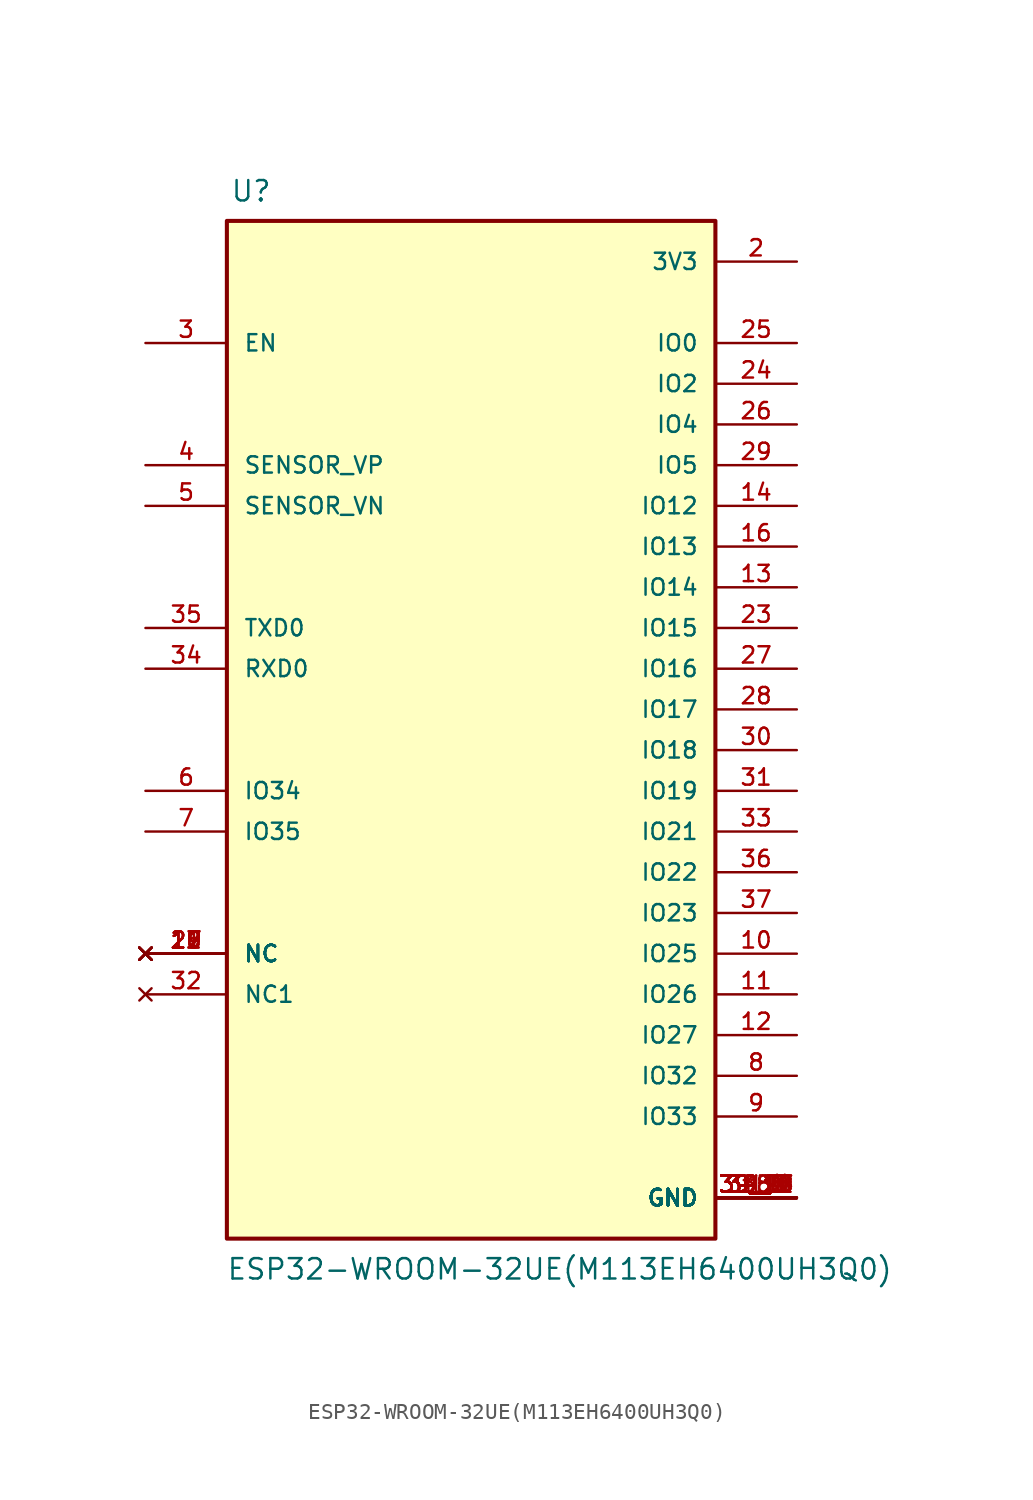
<source format=kicad_sym>
(kicad_symbol_lib
  (version 20220914)
  (generator kicad_symbol_editor)
  (symbol "ESP32-WROOM-32UE(M113EH6400UH3Q0)"
    (pin_names
      (offset 1.016))
    (property "Reference" "U"
      (at -15.036 34.135 0)
      (effects (font (size 1.27 1.27)) (justify left bottom)))
    (property "Value" "ESP32-WROOM-32UE(M113EH6400UH3Q0)"
      (at -15.287 -33.128 0)
      (effects (font (size 1.27 1.27)) (justify left bottom)))
    (symbol "ESP32-WROOM-32UE(M113EH6400UH3Q0)_0_0"
      (rectangle (start -15.24 -30.48) (end 15.24 33.02) (stroke (width 0.254) (type default)) (fill (type background)))
      (pin power_in line (at 20.32 -27.94 180) (length 5.08) (name "GND" (effects (font (size 1.016 1.016)))) (number "1" (effects (font (size 1.016 1.016)))))
      (pin bidirectional line (at 20.32 -12.7 180) (length 5.08) (name "IO25" (effects (font (size 1.016 1.016)))) (number "10" (effects (font (size 1.016 1.016)))))
      (pin bidirectional line (at 20.32 -15.24 180) (length 5.08) (name "IO26" (effects (font (size 1.016 1.016)))) (number "11" (effects (font (size 1.016 1.016)))))
      (pin bidirectional line (at 20.32 -17.78 180) (length 5.08) (name "IO27" (effects (font (size 1.016 1.016)))) (number "12" (effects (font (size 1.016 1.016)))))
      (pin bidirectional line (at 20.32 10.16 180) (length 5.08) (name "IO14" (effects (font (size 1.016 1.016)))) (number "13" (effects (font (size 1.016 1.016)))))
      (pin bidirectional line (at 20.32 15.24 180) (length 5.08) (name "IO12" (effects (font (size 1.016 1.016)))) (number "14" (effects (font (size 1.016 1.016)))))
      (pin power_in line (at 20.32 -27.94 180) (length 5.08) (name "GND" (effects (font (size 1.016 1.016)))) (number "15" (effects (font (size 1.016 1.016)))))
      (pin bidirectional line (at 20.32 12.7 180) (length 5.08) (name "IO13" (effects (font (size 1.016 1.016)))) (number "16" (effects (font (size 1.016 1.016)))))
      (pin no_connect line (at -20.32 -12.7 0) (length 5.08) (name "NC" (effects (font (size 1.016 1.016)))) (number "17" (effects (font (size 1.016 1.016)))))
      (pin no_connect line (at -20.32 -12.7 0) (length 5.08) (name "NC" (effects (font (size 1.016 1.016)))) (number "18" (effects (font (size 1.016 1.016)))))
      (pin no_connect line (at -20.32 -12.7 0) (length 5.08) (name "NC" (effects (font (size 1.016 1.016)))) (number "19" (effects (font (size 1.016 1.016)))))
      (pin power_in line (at 20.32 30.48 180) (length 5.08) (name "3V3" (effects (font (size 1.016 1.016)))) (number "2" (effects (font (size 1.016 1.016)))))
      (pin no_connect line (at -20.32 -12.7 0) (length 5.08) (name "NC" (effects (font (size 1.016 1.016)))) (number "20" (effects (font (size 1.016 1.016)))))
      (pin no_connect line (at -20.32 -12.7 0) (length 5.08) (name "NC" (effects (font (size 1.016 1.016)))) (number "21" (effects (font (size 1.016 1.016)))))
      (pin no_connect line (at -20.32 -12.7 0) (length 5.08) (name "NC" (effects (font (size 1.016 1.016)))) (number "22" (effects (font (size 1.016 1.016)))))
      (pin bidirectional line (at 20.32 7.62 180) (length 5.08) (name "IO15" (effects (font (size 1.016 1.016)))) (number "23" (effects (font (size 1.016 1.016)))))
      (pin bidirectional line (at 20.32 22.86 180) (length 5.08) (name "IO2" (effects (font (size 1.016 1.016)))) (number "24" (effects (font (size 1.016 1.016)))))
      (pin bidirectional line (at 20.32 25.4 180) (length 5.08) (name "IO0" (effects (font (size 1.016 1.016)))) (number "25" (effects (font (size 1.016 1.016)))))
      (pin bidirectional line (at 20.32 20.32 180) (length 5.08) (name "IO4" (effects (font (size 1.016 1.016)))) (number "26" (effects (font (size 1.016 1.016)))))
      (pin bidirectional line (at 20.32 5.08 180) (length 5.08) (name "IO16" (effects (font (size 1.016 1.016)))) (number "27" (effects (font (size 1.016 1.016)))))
      (pin bidirectional line (at 20.32 2.54 180) (length 5.08) (name "IO17" (effects (font (size 1.016 1.016)))) (number "28" (effects (font (size 1.016 1.016)))))
      (pin bidirectional line (at 20.32 17.78 180) (length 5.08) (name "IO5" (effects (font (size 1.016 1.016)))) (number "29" (effects (font (size 1.016 1.016)))))
      (pin input line (at -20.32 25.4 0) (length 5.08) (name "EN" (effects (font (size 1.016 1.016)))) (number "3" (effects (font (size 1.016 1.016)))))
      (pin bidirectional line (at 20.32 0 180) (length 5.08) (name "IO18" (effects (font (size 1.016 1.016)))) (number "30" (effects (font (size 1.016 1.016)))))
      (pin bidirectional line (at 20.32 -2.54 180) (length 5.08) (name "IO19" (effects (font (size 1.016 1.016)))) (number "31" (effects (font (size 1.016 1.016)))))
      (pin no_connect line (at -20.32 -15.24 0) (length 5.08) (name "NC1" (effects (font (size 1.016 1.016)))) (number "32" (effects (font (size 1.016 1.016)))))
      (pin bidirectional line (at 20.32 -5.08 180) (length 5.08) (name "IO21" (effects (font (size 1.016 1.016)))) (number "33" (effects (font (size 1.016 1.016)))))
      (pin bidirectional line (at -20.32 5.08 0) (length 5.08) (name "RXD0" (effects (font (size 1.016 1.016)))) (number "34" (effects (font (size 1.016 1.016)))))
      (pin bidirectional line (at -20.32 7.62 0) (length 5.08) (name "TXD0" (effects (font (size 1.016 1.016)))) (number "35" (effects (font (size 1.016 1.016)))))
      (pin bidirectional line (at 20.32 -7.62 180) (length 5.08) (name "IO22" (effects (font (size 1.016 1.016)))) (number "36" (effects (font (size 1.016 1.016)))))
      (pin bidirectional line (at 20.32 -10.16 180) (length 5.08) (name "IO23" (effects (font (size 1.016 1.016)))) (number "37" (effects (font (size 1.016 1.016)))))
      (pin power_in line (at 20.32 -27.94 180) (length 5.08) (name "GND" (effects (font (size 1.016 1.016)))) (number "38" (effects (font (size 1.016 1.016)))))
      (pin power_in line (at 20.32 -27.94 180) (length 5.08) (name "GND" (effects (font (size 1.016 1.016)))) (number "39_1" (effects (font (size 1.016 1.016)))))
      (pin power_in line (at 20.32 -27.94 180) (length 5.08) (name "GND" (effects (font (size 1.016 1.016)))) (number "39_10" (effects (font (size 1.016 1.016)))))
      (pin power_in line (at 20.32 -27.94 180) (length 5.08) (name "GND" (effects (font (size 1.016 1.016)))) (number "39_11" (effects (font (size 1.016 1.016)))))
      (pin power_in line (at 20.32 -27.94 180) (length 5.08) (name "GND" (effects (font (size 1.016 1.016)))) (number "39_12" (effects (font (size 1.016 1.016)))))
      (pin power_in line (at 20.32 -27.94 180) (length 5.08) (name "GND" (effects (font (size 1.016 1.016)))) (number "39_13" (effects (font (size 1.016 1.016)))))
      (pin power_in line (at 20.32 -27.94 180) (length 5.08) (name "GND" (effects (font (size 1.016 1.016)))) (number "39_14" (effects (font (size 1.016 1.016)))))
      (pin power_in line (at 20.32 -27.94 180) (length 5.08) (name "GND" (effects (font (size 1.016 1.016)))) (number "39_15" (effects (font (size 1.016 1.016)))))
      (pin power_in line (at 20.32 -27.94 180) (length 5.08) (name "GND" (effects (font (size 1.016 1.016)))) (number "39_16" (effects (font (size 1.016 1.016)))))
      (pin power_in line (at 20.32 -27.94 180) (length 5.08) (name "GND" (effects (font (size 1.016 1.016)))) (number "39_17" (effects (font (size 1.016 1.016)))))
      (pin power_in line (at 20.32 -27.94 180) (length 5.08) (name "GND" (effects (font (size 1.016 1.016)))) (number "39_18" (effects (font (size 1.016 1.016)))))
      (pin power_in line (at 20.32 -27.94 180) (length 5.08) (name "GND" (effects (font (size 1.016 1.016)))) (number "39_19" (effects (font (size 1.016 1.016)))))
      (pin power_in line (at 20.32 -27.94 180) (length 5.08) (name "GND" (effects (font (size 1.016 1.016)))) (number "39_2" (effects (font (size 1.016 1.016)))))
      (pin power_in line (at 20.32 -27.94 180) (length 5.08) (name "GND" (effects (font (size 1.016 1.016)))) (number "39_20" (effects (font (size 1.016 1.016)))))
      (pin power_in line (at 20.32 -27.94 180) (length 5.08) (name "GND" (effects (font (size 1.016 1.016)))) (number "39_21" (effects (font (size 1.016 1.016)))))
      (pin power_in line (at 20.32 -27.94 180) (length 5.08) (name "GND" (effects (font (size 1.016 1.016)))) (number "39_3" (effects (font (size 1.016 1.016)))))
      (pin power_in line (at 20.32 -27.94 180) (length 5.08) (name "GND" (effects (font (size 1.016 1.016)))) (number "39_4" (effects (font (size 1.016 1.016)))))
      (pin power_in line (at 20.32 -27.94 180) (length 5.08) (name "GND" (effects (font (size 1.016 1.016)))) (number "39_5" (effects (font (size 1.016 1.016)))))
      (pin power_in line (at 20.32 -27.94 180) (length 5.08) (name "GND" (effects (font (size 1.016 1.016)))) (number "39_6" (effects (font (size 1.016 1.016)))))
      (pin power_in line (at 20.32 -27.94 180) (length 5.08) (name "GND" (effects (font (size 1.016 1.016)))) (number "39_7" (effects (font (size 1.016 1.016)))))
      (pin power_in line (at 20.32 -27.94 180) (length 5.08) (name "GND" (effects (font (size 1.016 1.016)))) (number "39_8" (effects (font (size 1.016 1.016)))))
      (pin power_in line (at 20.32 -27.94 180) (length 5.08) (name "GND" (effects (font (size 1.016 1.016)))) (number "39_9" (effects (font (size 1.016 1.016)))))
      (pin input line (at -20.32 17.78 0) (length 5.08) (name "SENSOR_VP" (effects (font (size 1.016 1.016)))) (number "4" (effects (font (size 1.016 1.016)))))
      (pin input line (at -20.32 15.24 0) (length 5.08) (name "SENSOR_VN" (effects (font (size 1.016 1.016)))) (number "5" (effects (font (size 1.016 1.016)))))
      (pin input line (at -20.32 -2.54 0) (length 5.08) (name "IO34" (effects (font (size 1.016 1.016)))) (number "6" (effects (font (size 1.016 1.016)))))
      (pin input line (at -20.32 -5.08 0) (length 5.08) (name "IO35" (effects (font (size 1.016 1.016)))) (number "7" (effects (font (size 1.016 1.016)))))
      (pin bidirectional line (at 20.32 -20.32 180) (length 5.08) (name "IO32" (effects (font (size 1.016 1.016)))) (number "8" (effects (font (size 1.016 1.016)))))
      (pin bidirectional line (at 20.32 -22.86 180) (length 5.08) (name "IO33" (effects (font (size 1.016 1.016)))) (number "9" (effects (font (size 1.016 1.016))))))))
</source>
